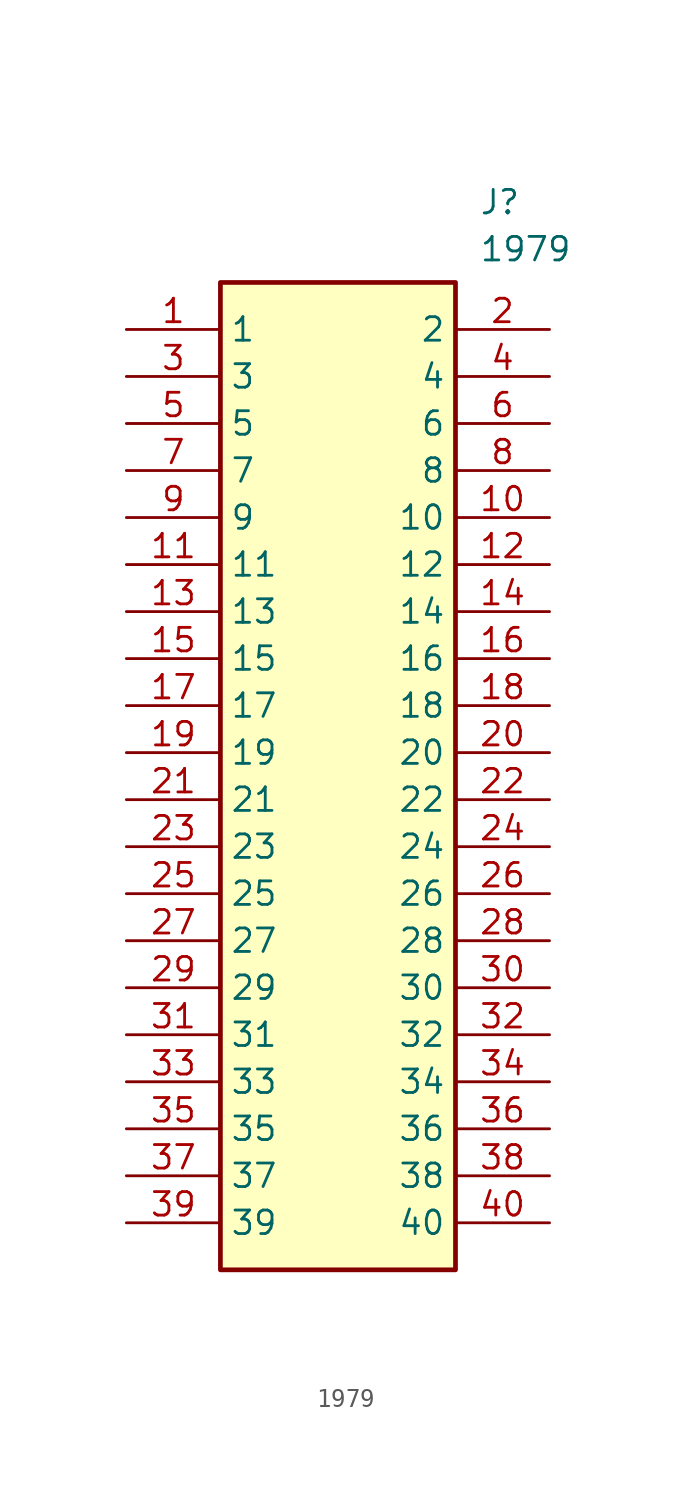
<source format=kicad_sym>
(kicad_symbol_lib
  (version 20211014)
  (generator SamacSys_ECAD_Model)
  (symbol "1979"
    (property "Reference" "J"
      (at 19.05 7.62 0)
      (effects (font (size 1.27 1.27)) (justify left top)))
    (property "Value" "1979"
      (at 19.05 5.08 0)
      (effects (font (size 1.27 1.27)) (justify left top)))
    (rectangle
      (start 5.08 2.54)
      (end 17.78 -50.8)
      (stroke (width 0.254) (type default))
      (fill (type background)))
    (pin passive line
      (at 0 0 0)
      (length 5.08)
      (name "1" (effects (font (size 1.27 1.27))))
      (number "1" (effects (font (size 1.27 1.27)))))
    (pin passive line
      (at 0 -2.54 0)
      (length 5.08)
      (name "3" (effects (font (size 1.27 1.27))))
      (number "3" (effects (font (size 1.27 1.27)))))
    (pin passive line
      (at 0 -5.08 0)
      (length 5.08)
      (name "5" (effects (font (size 1.27 1.27))))
      (number "5" (effects (font (size 1.27 1.27)))))
    (pin passive line
      (at 0 -7.62 0)
      (length 5.08)
      (name "7" (effects (font (size 1.27 1.27))))
      (number "7" (effects (font (size 1.27 1.27)))))
    (pin passive line
      (at 0 -10.16 0)
      (length 5.08)
      (name "9" (effects (font (size 1.27 1.27))))
      (number "9" (effects (font (size 1.27 1.27)))))
    (pin passive line
      (at 0 -12.7 0)
      (length 5.08)
      (name "11" (effects (font (size 1.27 1.27))))
      (number "11" (effects (font (size 1.27 1.27)))))
    (pin passive line
      (at 0 -15.24 0)
      (length 5.08)
      (name "13" (effects (font (size 1.27 1.27))))
      (number "13" (effects (font (size 1.27 1.27)))))
    (pin passive line
      (at 0 -17.78 0)
      (length 5.08)
      (name "15" (effects (font (size 1.27 1.27))))
      (number "15" (effects (font (size 1.27 1.27)))))
    (pin passive line
      (at 0 -20.32 0)
      (length 5.08)
      (name "17" (effects (font (size 1.27 1.27))))
      (number "17" (effects (font (size 1.27 1.27)))))
    (pin passive line
      (at 0 -22.86 0)
      (length 5.08)
      (name "19" (effects (font (size 1.27 1.27))))
      (number "19" (effects (font (size 1.27 1.27)))))
    (pin passive line
      (at 0 -25.4 0)
      (length 5.08)
      (name "21" (effects (font (size 1.27 1.27))))
      (number "21" (effects (font (size 1.27 1.27)))))
    (pin passive line
      (at 0 -27.94 0)
      (length 5.08)
      (name "23" (effects (font (size 1.27 1.27))))
      (number "23" (effects (font (size 1.27 1.27)))))
    (pin passive line
      (at 0 -30.48 0)
      (length 5.08)
      (name "25" (effects (font (size 1.27 1.27))))
      (number "25" (effects (font (size 1.27 1.27)))))
    (pin passive line
      (at 0 -33.02 0)
      (length 5.08)
      (name "27" (effects (font (size 1.27 1.27))))
      (number "27" (effects (font (size 1.27 1.27)))))
    (pin passive line
      (at 0 -35.56 0)
      (length 5.08)
      (name "29" (effects (font (size 1.27 1.27))))
      (number "29" (effects (font (size 1.27 1.27)))))
    (pin passive line
      (at 0 -38.1 0)
      (length 5.08)
      (name "31" (effects (font (size 1.27 1.27))))
      (number "31" (effects (font (size 1.27 1.27)))))
    (pin passive line
      (at 0 -40.64 0)
      (length 5.08)
      (name "33" (effects (font (size 1.27 1.27))))
      (number "33" (effects (font (size 1.27 1.27)))))
    (pin passive line
      (at 0 -43.18 0)
      (length 5.08)
      (name "35" (effects (font (size 1.27 1.27))))
      (number "35" (effects (font (size 1.27 1.27)))))
    (pin passive line
      (at 0 -45.72 0)
      (length 5.08)
      (name "37" (effects (font (size 1.27 1.27))))
      (number "37" (effects (font (size 1.27 1.27)))))
    (pin passive line
      (at 0 -48.26 0)
      (length 5.08)
      (name "39" (effects (font (size 1.27 1.27))))
      (number "39" (effects (font (size 1.27 1.27)))))
    (pin passive line
      (at 22.86 0 180)
      (length 5.08)
      (name "2" (effects (font (size 1.27 1.27))))
      (number "2" (effects (font (size 1.27 1.27)))))
    (pin passive line
      (at 22.86 -2.54 180)
      (length 5.08)
      (name "4" (effects (font (size 1.27 1.27))))
      (number "4" (effects (font (size 1.27 1.27)))))
    (pin passive line
      (at 22.86 -5.08 180)
      (length 5.08)
      (name "6" (effects (font (size 1.27 1.27))))
      (number "6" (effects (font (size 1.27 1.27)))))
    (pin passive line
      (at 22.86 -7.62 180)
      (length 5.08)
      (name "8" (effects (font (size 1.27 1.27))))
      (number "8" (effects (font (size 1.27 1.27)))))
    (pin passive line
      (at 22.86 -10.16 180)
      (length 5.08)
      (name "10" (effects (font (size 1.27 1.27))))
      (number "10" (effects (font (size 1.27 1.27)))))
    (pin passive line
      (at 22.86 -12.7 180)
      (length 5.08)
      (name "12" (effects (font (size 1.27 1.27))))
      (number "12" (effects (font (size 1.27 1.27)))))
    (pin passive line
      (at 22.86 -15.24 180)
      (length 5.08)
      (name "14" (effects (font (size 1.27 1.27))))
      (number "14" (effects (font (size 1.27 1.27)))))
    (pin passive line
      (at 22.86 -17.78 180)
      (length 5.08)
      (name "16" (effects (font (size 1.27 1.27))))
      (number "16" (effects (font (size 1.27 1.27)))))
    (pin passive line
      (at 22.86 -20.32 180)
      (length 5.08)
      (name "18" (effects (font (size 1.27 1.27))))
      (number "18" (effects (font (size 1.27 1.27)))))
    (pin passive line
      (at 22.86 -22.86 180)
      (length 5.08)
      (name "20" (effects (font (size 1.27 1.27))))
      (number "20" (effects (font (size 1.27 1.27)))))
    (pin passive line
      (at 22.86 -25.4 180)
      (length 5.08)
      (name "22" (effects (font (size 1.27 1.27))))
      (number "22" (effects (font (size 1.27 1.27)))))
    (pin passive line
      (at 22.86 -27.94 180)
      (length 5.08)
      (name "24" (effects (font (size 1.27 1.27))))
      (number "24" (effects (font (size 1.27 1.27)))))
    (pin passive line
      (at 22.86 -30.48 180)
      (length 5.08)
      (name "26" (effects (font (size 1.27 1.27))))
      (number "26" (effects (font (size 1.27 1.27)))))
    (pin passive line
      (at 22.86 -33.02 180)
      (length 5.08)
      (name "28" (effects (font (size 1.27 1.27))))
      (number "28" (effects (font (size 1.27 1.27)))))
    (pin passive line
      (at 22.86 -35.56 180)
      (length 5.08)
      (name "30" (effects (font (size 1.27 1.27))))
      (number "30" (effects (font (size 1.27 1.27)))))
    (pin passive line
      (at 22.86 -38.1 180)
      (length 5.08)
      (name "32" (effects (font (size 1.27 1.27))))
      (number "32" (effects (font (size 1.27 1.27)))))
    (pin passive line
      (at 22.86 -40.64 180)
      (length 5.08)
      (name "34" (effects (font (size 1.27 1.27))))
      (number "34" (effects (font (size 1.27 1.27)))))
    (pin passive line
      (at 22.86 -43.18 180)
      (length 5.08)
      (name "36" (effects (font (size 1.27 1.27))))
      (number "36" (effects (font (size 1.27 1.27)))))
    (pin passive line
      (at 22.86 -45.72 180)
      (length 5.08)
      (name "38" (effects (font (size 1.27 1.27))))
      (number "38" (effects (font (size 1.27 1.27)))))
    (pin passive line
      (at 22.86 -48.26 180)
      (length 5.08)
      (name "40" (effects (font (size 1.27 1.27))))
      (number "40" (effects (font (size 1.27 1.27)))))))
</source>
